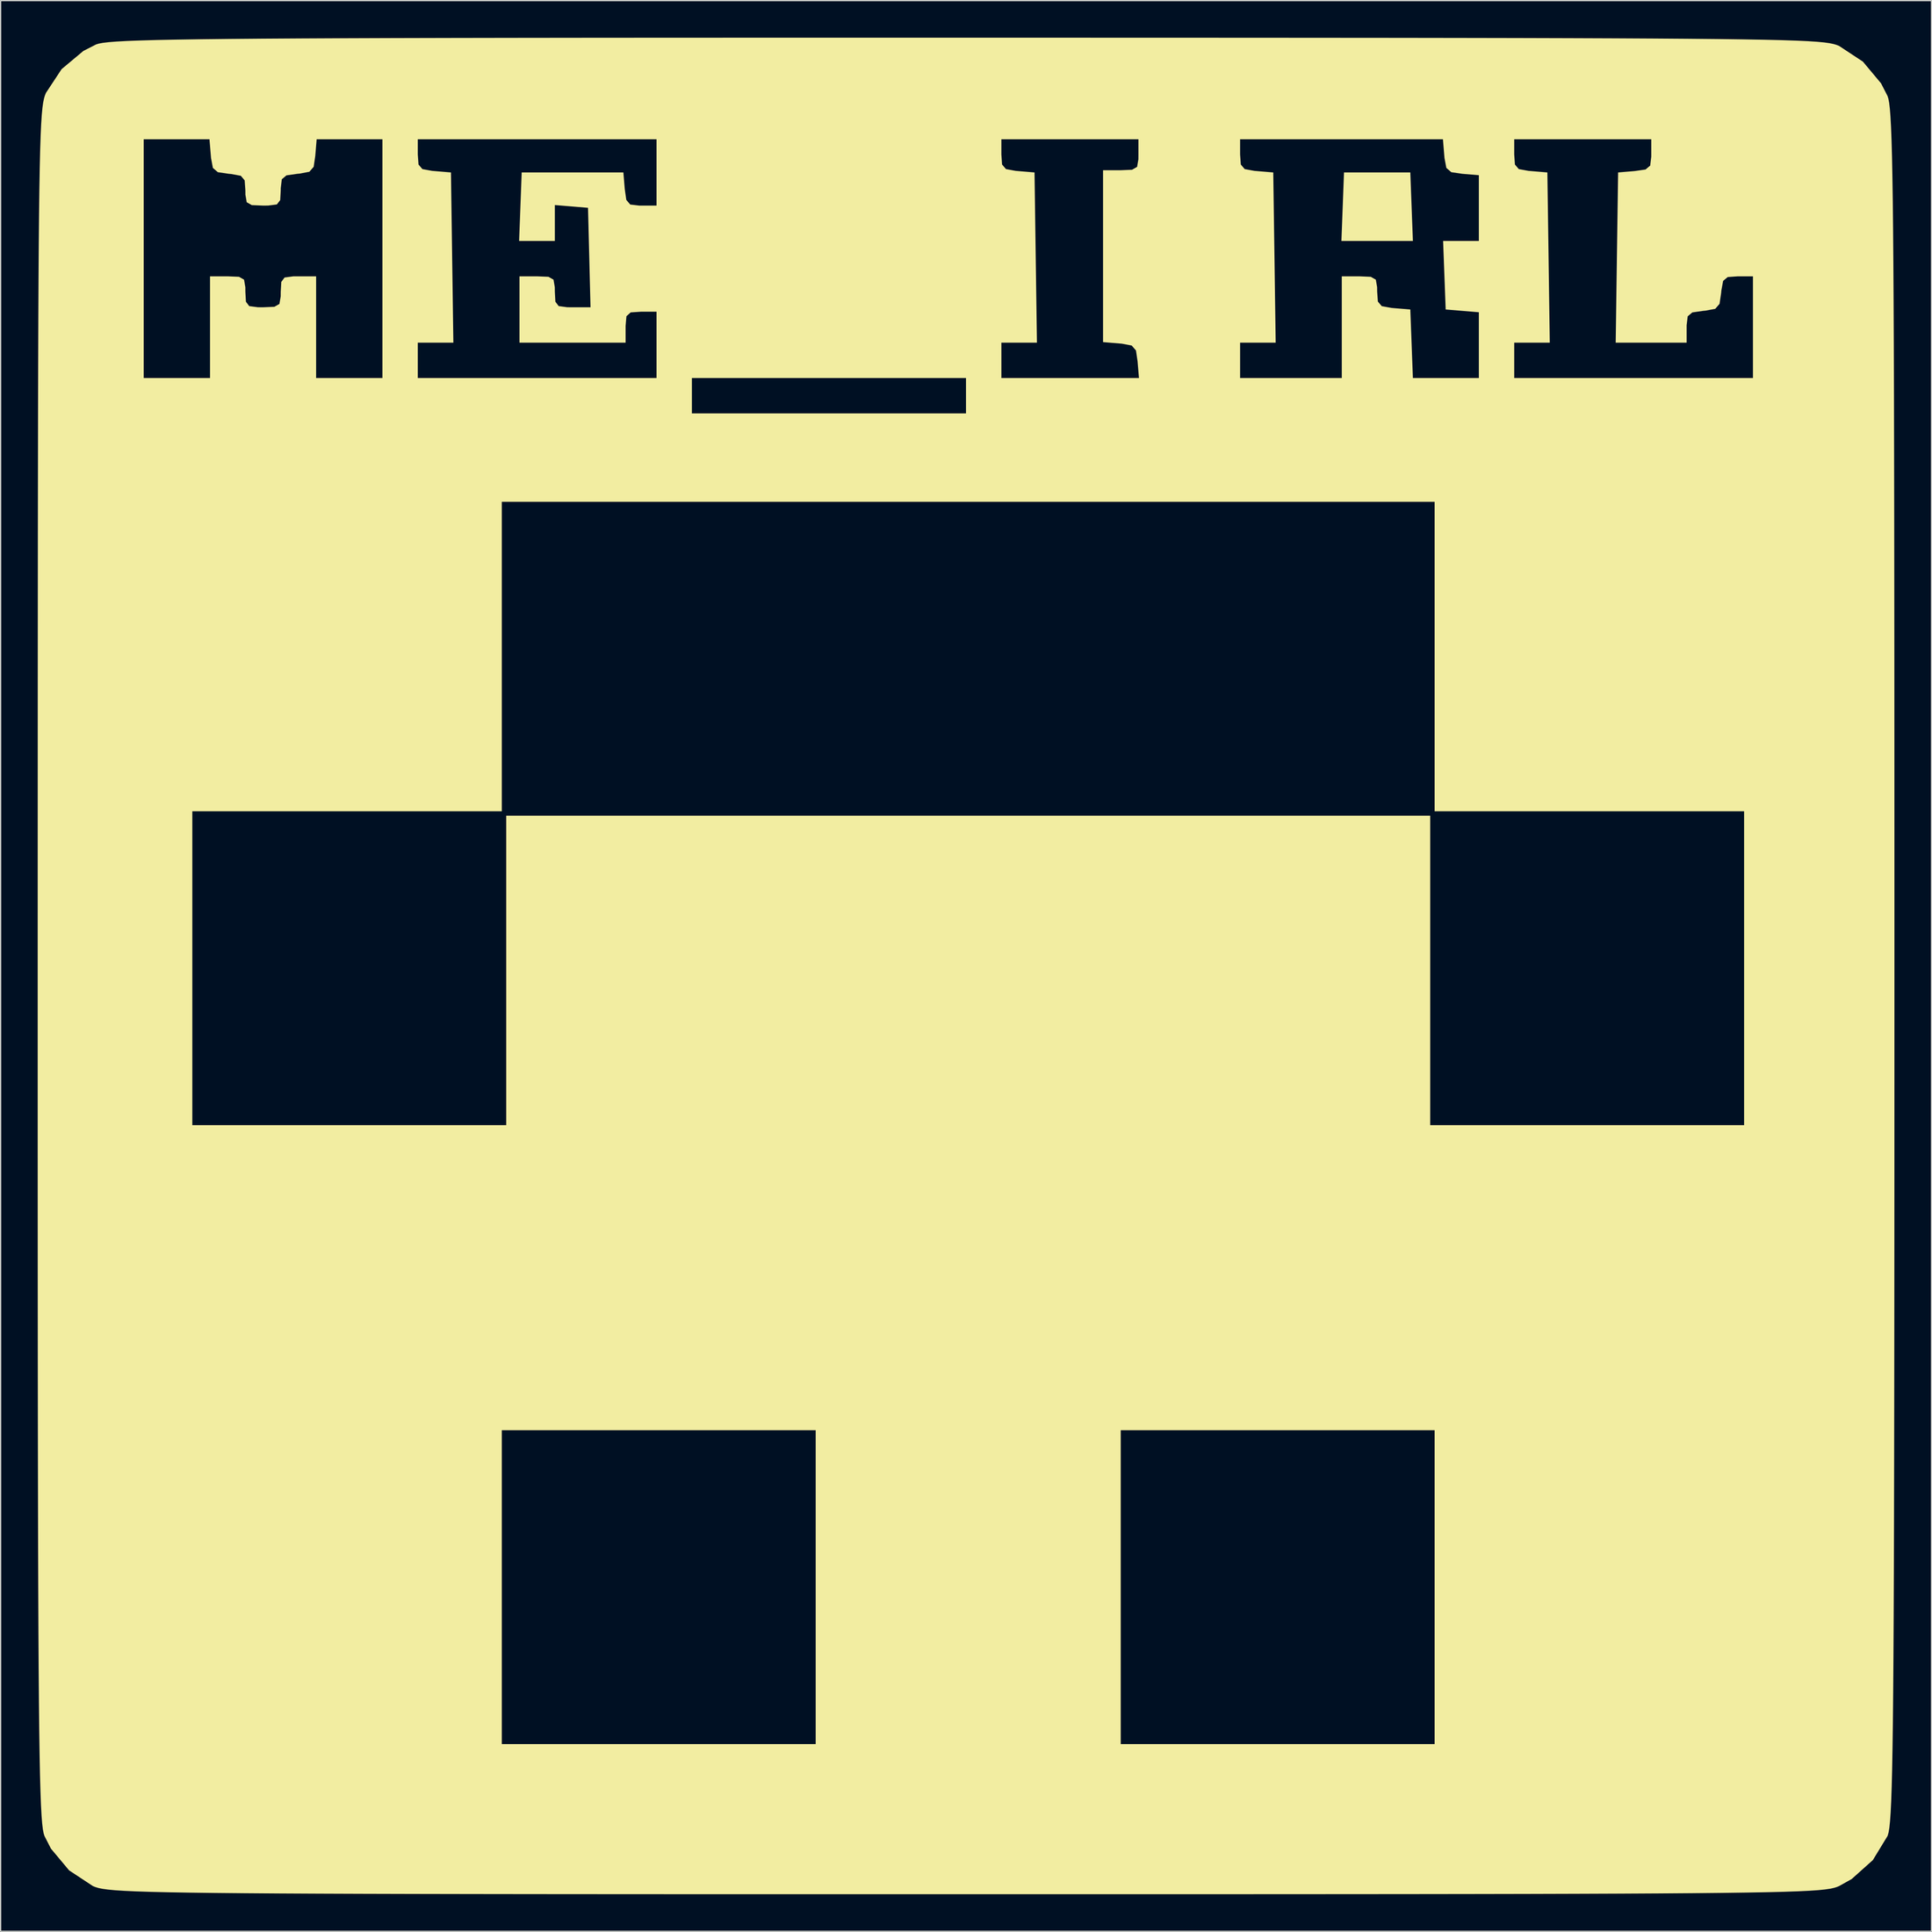
<source format=kicad_pcb>
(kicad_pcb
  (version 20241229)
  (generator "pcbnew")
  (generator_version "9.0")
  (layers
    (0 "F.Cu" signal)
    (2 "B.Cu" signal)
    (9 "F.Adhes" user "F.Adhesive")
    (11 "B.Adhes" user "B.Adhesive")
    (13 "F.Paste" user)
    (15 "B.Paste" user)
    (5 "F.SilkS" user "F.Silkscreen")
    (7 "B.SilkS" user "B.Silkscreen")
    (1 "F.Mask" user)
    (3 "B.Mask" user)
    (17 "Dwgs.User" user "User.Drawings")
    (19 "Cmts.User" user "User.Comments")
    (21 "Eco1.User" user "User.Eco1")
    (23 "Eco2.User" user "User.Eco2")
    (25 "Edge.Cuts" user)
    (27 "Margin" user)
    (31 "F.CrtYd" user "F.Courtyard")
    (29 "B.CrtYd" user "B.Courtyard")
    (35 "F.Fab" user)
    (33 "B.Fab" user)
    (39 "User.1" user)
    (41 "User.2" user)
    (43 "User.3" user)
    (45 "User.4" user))
  (footprint "ME_IRL_Logo_INV"
    (layer "F.Cu")
    (at 75.119 75.119)
    (property "Reference" "ME_IRL_Logo_INV" (at 0 0 0) (layer "F.SilkS") (effects (font (size 1.5 1.5) (thickness 0.3))))
    (attr board_only exclude_from_pos_files exclude_from_bom)
    (fp_poly (pts (xy 36.058 -61.443) (xy 36.162 -58.67) (xy 33.27 -58.67) (xy 30.378 -58.67) (xy 30.483 -61.443) (xy 30.587 -64.215) (xy 33.27 -64.215) (xy 35.954 -64.215)) (stroke (width 0) (type solid)) (fill yes) (layer "F.SilkS"))
    (fp_poly (pts (xy -2.562 -75.119) (xy 0.078 -75.119) (xy 8.35 -75.118) (xy 15.937 -75.116) (xy 22.869 -75.114) (xy 29.176 -75.11) (xy 34.889 -75.106) (xy 40.038 -75.099) (xy 44.654 -75.091) (xy 48.765 -75.08) (xy 52.404 -75.067) (xy 55.6 -75.051) (xy 58.383 -75.032) (xy 60.784 -75.01) (xy 62.833 -74.984) (xy 64.561 -74.954) (xy 65.996 -74.92) (xy 67.171 -74.881) (xy 68.115 -74.838) (xy 68.859 -74.789) (xy 69.432 -74.736) (xy 69.865 -74.676) (xy 70.189 -74.61) (xy 70.434 -74.539) (xy 70.629 -74.46) (xy 70.655 -74.449) (xy 72.576 -73.182) (xy 74.046 -71.424) (xy 74.571 -70.398) (xy 74.638 -70.184) (xy 74.7 -69.855) (xy 74.756 -69.382) (xy 74.807 -68.736) (xy 74.853 -67.887) (xy 74.895 -66.805) (xy 74.932 -65.461) (xy 74.965 -63.824) (xy 74.995 -61.866) (xy 75.02 -59.557) (xy 75.042 -56.867) (xy 75.061 -53.766) (xy 75.077 -50.225) (xy 75.091 -46.214) (xy 75.101 -41.704) (xy 75.11 -36.664) (xy 75.116 -31.066) (xy 75.121 -24.88) (xy 75.124 -18.076) (xy 75.126 -10.623) (xy 75.127 -2.494) (xy 75.127 0) (xy 75.126 8.332) (xy 75.125 15.978) (xy 75.122 22.967) (xy 75.118 29.33) (xy 75.112 35.096) (xy 75.104 40.295) (xy 75.094 44.956) (xy 75.081 49.109) (xy 75.066 52.783) (xy 75.048 56.009) (xy 75.027 58.816) (xy 75.002 61.233) (xy 74.974 63.29) (xy 74.942 65.017) (xy 74.906 66.443) (xy 74.866 67.598) (xy 74.821 68.512) (xy 74.771 69.214) (xy 74.717 69.734) (xy 74.657 70.101) (xy 74.591 70.346) (xy 74.571 70.398) (xy 73.381 72.35) (xy 71.67 73.881) (xy 70.655 74.449) (xy 70.464 74.528) (xy 70.229 74.6) (xy 69.919 74.667) (xy 69.504 74.727) (xy 68.954 74.782) (xy 68.238 74.831) (xy 67.326 74.875) (xy 66.188 74.914) (xy 64.793 74.949) (xy 63.112 74.979) (xy 61.114 75.005) (xy 58.768 75.028) (xy 56.045 75.047) (xy 52.914 75.063) (xy 49.345 75.076) (xy 45.308 75.087) (xy 40.771 75.095) (xy 35.706 75.101) (xy 30.082 75.105) (xy 23.868 75.108) (xy 17.035 75.11) (xy 9.551 75.111) (xy 1.387 75.111) (xy 0 75.111) (xy -8.277 75.111) (xy -15.869 75.11) (xy -22.805 75.109) (xy -29.117 75.106) (xy -34.835 75.102) (xy -39.988 75.096) (xy -44.608 75.088) (xy -48.724 75.078) (xy -52.367 75.065) (xy -55.567 75.05) (xy -58.354 75.031) (xy -60.759 75.009) (xy -62.811 74.984) (xy -64.542 74.954) (xy -65.981 74.92) (xy -67.158 74.882) (xy -68.105 74.838) (xy -68.85 74.79) (xy -69.425 74.736) (xy -69.86 74.677) (xy -70.185 74.612) (xy -70.43 74.54) (xy -70.626 74.462) (xy -70.655 74.449) (xy -72.576 73.182) (xy -74.046 71.424) (xy -74.571 70.398) (xy -74.638 70.184) (xy -74.7 69.856) (xy -74.756 69.384) (xy -74.807 68.738) (xy -74.853 67.89) (xy -74.894 66.81) (xy -74.932 65.467) (xy -74.965 63.833) (xy -74.994 61.877) (xy -75.019 59.57) (xy -75.041 56.883) (xy -75.059 53.785) (xy -75.075 50.248) (xy -75.088 46.241) (xy -75.098 41.736) (xy -75.105 37.563) (xy -37.563 37.563) (xy -37.563 50.263) (xy -37.563 62.963) (xy -24.863 62.963) (xy -12.163 62.963) (xy -12.163 50.263) (xy -12.163 37.563) (xy 12.521 37.563) (xy 12.521 50.263) (xy 12.521 62.963) (xy 25.221 62.963) (xy 37.921 62.963) (xy 37.921 50.263) (xy 37.921 37.563) (xy 25.221 37.563) (xy 12.521 37.563) (xy -12.163 37.563) (xy -24.863 37.563) (xy -37.563 37.563) (xy -75.105 37.563) (xy -75.106 36.701) (xy -75.112 31.108) (xy -75.116 24.928) (xy -75.118 18.129) (xy -75.119 12.879) (xy -62.606 12.879) (xy -49.906 12.879) (xy -37.206 12.879) (xy -37.206 0.358) (xy -37.206 -12.163) (xy 0.179 -12.163) (xy 37.563 -12.163) (xy 37.563 0.358) (xy 37.563 12.879) (xy 50.263 12.879) (xy 62.963 12.879) (xy 62.963 0.179) (xy 62.963 -12.521) (xy 50.442 -12.521) (xy 37.921 -12.521) (xy 37.921 -25.042) (xy 37.921 -37.563) (xy 0.179 -37.563) (xy -37.563 -37.563) (xy -37.563 -25.042) (xy -37.563 -12.521) (xy -50.085 -12.521) (xy -62.606 -12.521) (xy -62.606 0.179) (xy -62.606 12.879) (xy -75.119 12.879) (xy -75.119 10.684) (xy -75.119 2.562) (xy -75.119 -0.078) (xy -75.118 -8.35) (xy -75.116 -15.937) (xy -75.114 -22.869) (xy -75.11 -29.176) (xy -75.106 -34.889) (xy -75.099 -40.038) (xy -75.091 -44.654) (xy -75.08 -48.765) (xy -75.067 -52.404) (xy -75.051 -55.6) (xy -75.032 -58.383) (xy -75.01 -60.784) (xy -74.984 -62.833) (xy -74.954 -64.561) (xy -74.92 -65.996) (xy -74.89 -66.899) (xy -66.541 -66.899) (xy -66.541 -57.239) (xy -66.541 -47.58) (xy -63.858 -47.58) (xy -61.175 -47.58) (xy -61.175 -51.694) (xy -61.175 -55.808) (xy -59.744 -55.808) (xy -58.827 -55.771) (xy -58.42 -55.536) (xy -58.316 -54.926) (xy -58.313 -54.556) (xy -58.269 -53.755) (xy -58.002 -53.398) (xy -57.304 -53.307) (xy -56.882 -53.304) (xy -55.965 -53.342) (xy -55.558 -53.576) (xy -55.454 -54.187) (xy -55.451 -54.556) (xy -55.407 -55.358) (xy -55.14 -55.714) (xy -54.442 -55.806) (xy -54.02 -55.808) (xy -52.589 -55.808) (xy -52.589 -51.694) (xy -52.589 -47.58) (xy -49.906 -47.58) (xy -47.223 -47.58) (xy -47.223 -57.239) (xy -47.223 -66.899) (xy -44.361 -66.899) (xy -44.361 -65.668) (xy -44.303 -64.857) (xy -43.991 -64.486) (xy -43.21 -64.343) (xy -43.019 -64.327) (xy -41.677 -64.215) (xy -41.58 -57.329) (xy -41.483 -50.442) (xy -42.922 -50.442) (xy -44.361 -50.442) (xy -44.361 -49.011) (xy -44.361 -47.58) (xy -34.701 -47.58) (xy -25.042 -47.58) (xy -22.18 -47.58) (xy -22.18 -46.149) (xy -22.18 -44.718) (xy -11.09 -44.718) (xy 0 -44.718) (xy 0 -46.149) (xy 0 -47.58) (xy -11.09 -47.58) (xy -22.18 -47.58) (xy -25.042 -47.58) (xy -25.042 -50.263) (xy -25.042 -52.946) (xy -26.294 -52.946) (xy -27.134 -52.891) (xy -27.478 -52.579) (xy -27.546 -51.79) (xy -27.546 -51.694) (xy -27.546 -50.442) (xy -31.839 -50.442) (xy -36.132 -50.442) (xy -36.132 -53.125) (xy -36.132 -55.808) (xy -34.701 -55.808) (xy -33.785 -55.771) (xy -33.378 -55.536) (xy -33.274 -54.926) (xy -33.27 -54.556) (xy -33.228 -53.757) (xy -32.963 -53.4) (xy -32.27 -53.307) (xy -31.828 -53.304) (xy -30.385 -53.304) (xy -30.486 -57.329) (xy -30.587 -61.354) (xy -31.929 -61.465) (xy -33.27 -61.576) (xy -33.27 -60.123) (xy -33.27 -58.67) (xy -34.716 -58.67) (xy -36.162 -58.67) (xy -36.058 -61.443) (xy -35.954 -64.215) (xy -31.839 -64.215) (xy -27.725 -64.215) (xy -27.614 -62.874) (xy -27.489 -61.995) (xy -27.171 -61.618) (xy -26.448 -61.533) (xy -26.273 -61.532) (xy -25.042 -61.532) (xy -25.042 -64.215) (xy -25.042 -66.899) (xy 2.862 -66.899) (xy 2.862 -65.668) (xy 2.919 -64.857) (xy 3.232 -64.486) (xy 4.012 -64.343) (xy 4.204 -64.327) (xy 5.545 -64.215) (xy 5.642 -57.329) (xy 5.739 -50.442) (xy 4.301 -50.442) (xy 2.862 -50.442) (xy 2.862 -49.011) (xy 2.862 -47.58) (xy 8.429 -47.58) (xy 13.995 -47.58) (xy 13.884 -48.922) (xy 13.754 -49.808) (xy 13.408 -50.209) (xy 12.614 -50.359) (xy 12.432 -50.374) (xy 11.09 -50.485) (xy 11.09 -57.44) (xy 11.09 -64.394) (xy 12.521 -64.394) (xy 13.437 -64.432) (xy 13.845 -64.666) (xy 13.949 -65.277) (xy 13.952 -65.646) (xy 13.952 -66.899) (xy 22.18 -66.899) (xy 22.18 -65.668) (xy 22.237 -64.857) (xy 22.55 -64.486) (xy 23.331 -64.343) (xy 23.522 -64.327) (xy 24.863 -64.215) (xy 24.961 -57.329) (xy 25.058 -50.442) (xy 23.619 -50.442) (xy 22.18 -50.442) (xy 22.18 -49.011) (xy 22.18 -47.58) (xy 26.294 -47.58) (xy 30.408 -47.58) (xy 30.408 -51.694) (xy 30.408 -55.808) (xy 31.839 -55.808) (xy 32.756 -55.77) (xy 33.163 -55.537) (xy 33.267 -54.931) (xy 33.27 -54.578) (xy 33.328 -53.767) (xy 33.64 -53.396) (xy 34.421 -53.253) (xy 34.612 -53.236) (xy 35.954 -53.125) (xy 36.058 -50.353) (xy 36.162 -47.58) (xy 38.831 -47.58) (xy 41.499 -47.58) (xy 41.499 -50.242) (xy 41.499 -52.903) (xy 40.157 -53.014) (xy 38.815 -53.125) (xy 38.711 -55.898) (xy 38.607 -58.67) (xy 40.053 -58.67) (xy 41.499 -58.67) (xy 41.499 -61.332) (xy 41.499 -63.993) (xy 40.157 -64.104) (xy 39.271 -64.235) (xy 38.87 -64.581) (xy 38.72 -65.374) (xy 38.704 -65.557) (xy 38.593 -66.899) (xy 44.361 -66.899) (xy 44.361 -65.668) (xy 44.418 -64.857) (xy 44.73 -64.486) (xy 45.511 -64.343) (xy 45.702 -64.327) (xy 47.044 -64.215) (xy 47.141 -57.329) (xy 47.238 -50.442) (xy 45.799 -50.442) (xy 44.361 -50.442) (xy 44.361 -49.011) (xy 44.361 -47.58) (xy 54.02 -47.58) (xy 63.679 -47.58) (xy 63.679 -51.694) (xy 63.679 -55.808) (xy 62.448 -55.808) (xy 61.637 -55.751) (xy 61.266 -55.439) (xy 61.123 -54.658) (xy 61.107 -54.467) (xy 60.976 -53.581) (xy 60.63 -53.179) (xy 59.837 -53.03) (xy 59.654 -53.014) (xy 58.775 -52.889) (xy 58.399 -52.571) (xy 58.313 -51.848) (xy 58.313 -51.673) (xy 58.313 -50.442) (xy 55.443 -50.442) (xy 52.573 -50.442) (xy 52.67 -57.329) (xy 52.768 -64.215) (xy 54.109 -64.327) (xy 54.989 -64.452) (xy 55.365 -64.77) (xy 55.45 -65.493) (xy 55.451 -65.668) (xy 55.451 -66.899) (xy 49.906 -66.899) (xy 44.361 -66.899) (xy 38.593 -66.899) (xy 30.387 -66.899) (xy 22.18 -66.899) (xy 13.952 -66.899) (xy 8.407 -66.899) (xy 2.862 -66.899) (xy -25.042 -66.899) (xy -34.701 -66.899) (xy -44.361 -66.899) (xy -47.223 -66.899) (xy -49.884 -66.899) (xy -52.546 -66.899) (xy -52.657 -65.557) (xy -52.787 -64.671) (xy -53.133 -64.27) (xy -53.926 -64.12) (xy -54.109 -64.104) (xy -54.989 -63.979) (xy -55.365 -63.661) (xy -55.45 -62.938) (xy -55.451 -62.763) (xy -55.495 -61.975) (xy -55.767 -61.625) (xy -56.471 -61.535) (xy -56.882 -61.532) (xy -57.798 -61.571) (xy -58.205 -61.804) (xy -58.31 -62.41) (xy -58.313 -62.763) (xy -58.37 -63.574) (xy -58.683 -63.945) (xy -59.463 -64.088) (xy -59.654 -64.104) (xy -60.54 -64.235) (xy -60.942 -64.581) (xy -61.091 -65.374) (xy -61.107 -65.557) (xy -61.218 -66.899) (xy -63.879 -66.899) (xy -66.541 -66.899) (xy -74.89 -66.899) (xy -74.881 -67.171) (xy -74.838 -68.115) (xy -74.789 -68.859) (xy -74.736 -69.432) (xy -74.676 -69.865) (xy -74.61 -70.189) (xy -74.539 -70.434) (xy -74.46 -70.629) (xy -74.449 -70.655) (xy -73.182 -72.576) (xy -71.424 -74.046) (xy -70.398 -74.571) (xy -70.184 -74.638) (xy -69.856 -74.7) (xy -69.384 -74.756) (xy -68.738 -74.807) (xy -67.89 -74.853) (xy -66.81 -74.894) (xy -65.467 -74.932) (xy -63.833 -74.965) (xy -61.877 -74.994) (xy -59.57 -75.019) (xy -56.883 -75.041) (xy -53.785 -75.059) (xy -50.248 -75.075) (xy -46.241 -75.088) (xy -41.736 -75.098) (xy -36.701 -75.106) (xy -31.108 -75.112) (xy -24.928 -75.116) (xy -18.129 -75.118) (xy -10.684 -75.119)) (stroke (width 0) (type solid)) (fill yes) (layer "F.SilkS")))
  (gr_rect
    (start -3 -3)
    (end 153.246 153.23)
    (stroke (width 0.1) (type default))
    (fill no)
    (layer "Edge.Cuts")))
</source>
